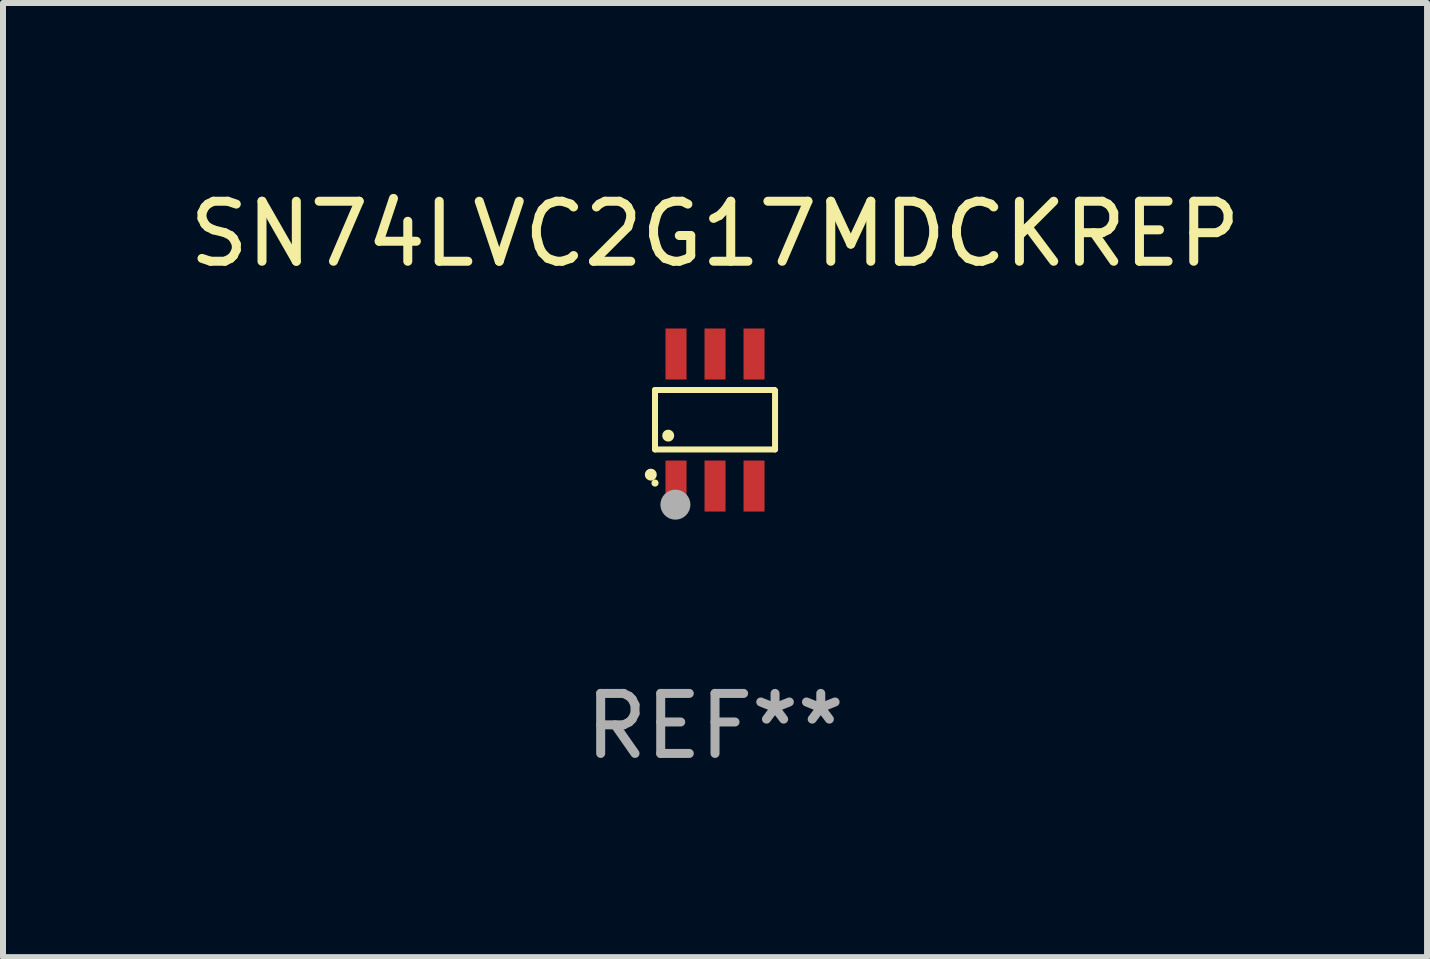
<source format=kicad_pcb>
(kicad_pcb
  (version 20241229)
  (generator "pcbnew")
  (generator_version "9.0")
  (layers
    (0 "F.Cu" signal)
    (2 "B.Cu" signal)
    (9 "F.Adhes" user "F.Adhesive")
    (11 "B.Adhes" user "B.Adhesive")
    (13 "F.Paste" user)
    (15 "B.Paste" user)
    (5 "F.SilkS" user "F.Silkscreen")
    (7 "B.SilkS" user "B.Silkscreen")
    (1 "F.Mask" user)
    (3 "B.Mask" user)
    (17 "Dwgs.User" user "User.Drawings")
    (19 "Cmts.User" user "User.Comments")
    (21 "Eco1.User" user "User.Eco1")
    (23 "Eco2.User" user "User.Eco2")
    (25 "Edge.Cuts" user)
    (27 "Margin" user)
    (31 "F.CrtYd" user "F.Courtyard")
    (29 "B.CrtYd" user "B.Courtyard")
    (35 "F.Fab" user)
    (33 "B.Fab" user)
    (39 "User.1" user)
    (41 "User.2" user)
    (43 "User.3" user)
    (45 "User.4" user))
  (footprint "SN74LVC2G17MDCKREP"
    (layer "F.Cu")
    (at 8.863 3.948)
    (property "Reference" "SN74LVC2G17MDCKREP" (at 0 -3.1 0) (layer "F.SilkS") (effects (font (size 1 1) (thickness 0.15))))
    (attr through_hole)
    (fp_line (start -1 -0.5) (end -1 0.49) (stroke (width 0.1) (type solid)) (layer "F.SilkS"))
    (fp_line (start -1 0.49) (end 1 0.49) (stroke (width 0.1) (type solid)) (layer "F.SilkS"))
    (fp_line (start 0.99 -0.5) (end -1 -0.5) (stroke (width 0.1) (type solid)) (layer "F.SilkS"))
    (fp_line (start 1 -0.49) (end 0.99 -0.5) (stroke (width 0.1) (type solid)) (layer "F.SilkS"))
    (fp_line (start 1 0.49) (end 1 -0.49) (stroke (width 0.1) (type solid)) (layer "F.SilkS"))
    (fp_circle (center -1.07 0.91) (end -1.02 0.91) (stroke (width 0.1) (type solid)) (fill no) (layer "F.SilkS"))
    (fp_circle (center -1 1.05) (end -0.97 1.05) (stroke (width 0.06) (type solid)) (fill no) (layer "F.SilkS"))
    (fp_circle (center -0.78 0.26) (end -0.73 0.26) (stroke (width 0.1) (type solid)) (fill no) (layer "F.SilkS"))
    (fp_circle (center -0.66 1.41) (end -0.535 1.41) (stroke (width 0.25) (type solid)) (fill no) (layer "F.Fab"))
    (fp_text user "REF**" (at 0 5.1 0) (layer "F.Fab") (effects (font (size 1 1) (thickness 0.15))))
    (pad "1" smd rect (at -0.65 1.1) (size 0.35 0.85) (layers "F.Cu" "F.Mask" "F.Paste"))
    (pad "2" smd rect (at 0 1.1) (size 0.35 0.85) (layers "F.Cu" "F.Mask" "F.Paste"))
    (pad "3" smd rect (at 0.65 1.1) (size 0.35 0.85) (layers "F.Cu" "F.Mask" "F.Paste"))
    (pad "4" smd rect (at 0.65 -1.1) (size 0.35 0.85) (layers "F.Cu" "F.Mask" "F.Paste"))
    (pad "5" smd rect (at 0 -1.1) (size 0.35 0.85) (layers "F.Cu" "F.Mask" "F.Paste"))
    (pad "6" smd rect (at -0.65 -1.1) (size 0.35 0.85) (layers "F.Cu" "F.Mask" "F.Paste")))
  (gr_rect
    (start -3 -3)
    (end 20.726 12.897)
    (stroke (width 0.1) (type default))
    (fill no)
    (layer "Edge.Cuts")))
</source>
